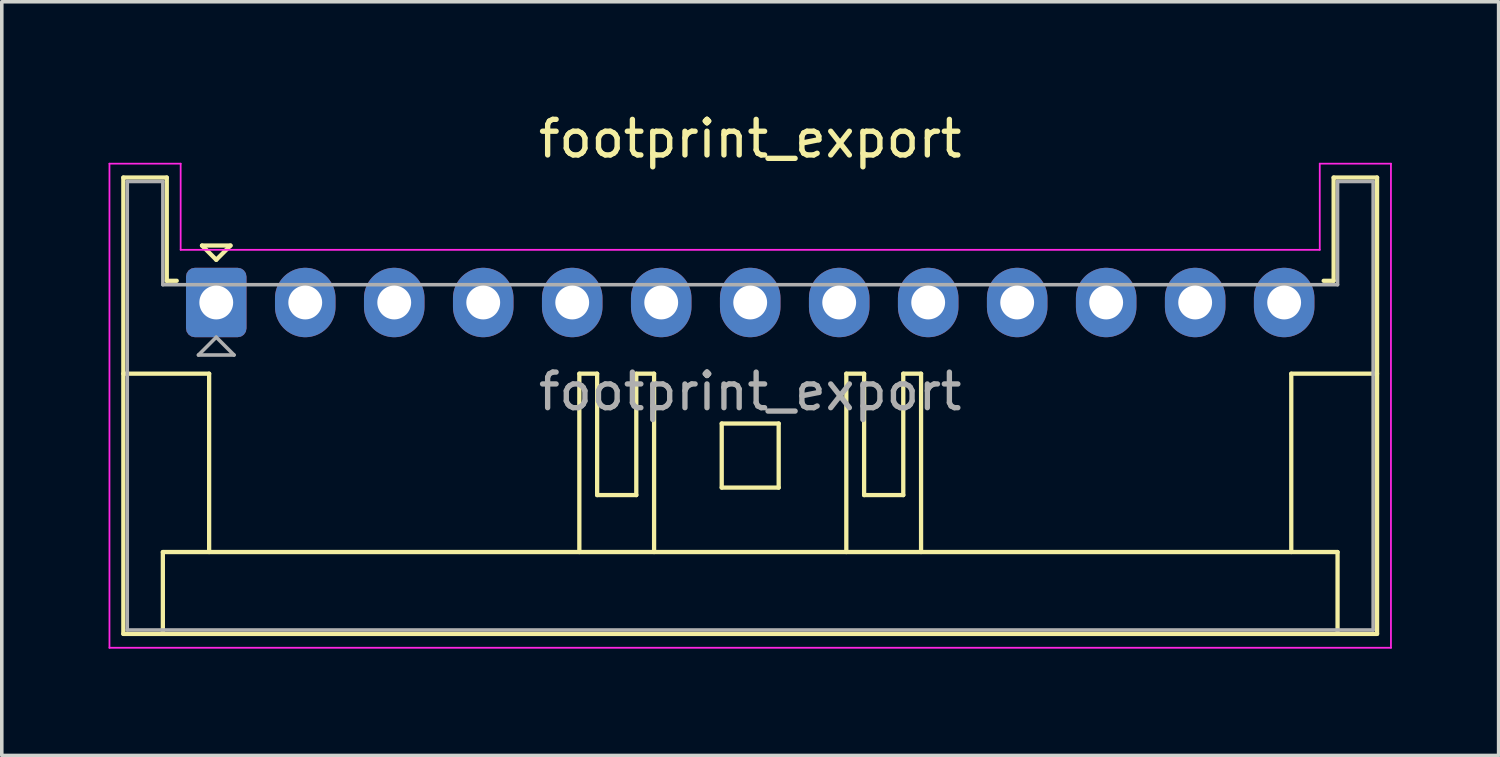
<source format=kicad_pcb>
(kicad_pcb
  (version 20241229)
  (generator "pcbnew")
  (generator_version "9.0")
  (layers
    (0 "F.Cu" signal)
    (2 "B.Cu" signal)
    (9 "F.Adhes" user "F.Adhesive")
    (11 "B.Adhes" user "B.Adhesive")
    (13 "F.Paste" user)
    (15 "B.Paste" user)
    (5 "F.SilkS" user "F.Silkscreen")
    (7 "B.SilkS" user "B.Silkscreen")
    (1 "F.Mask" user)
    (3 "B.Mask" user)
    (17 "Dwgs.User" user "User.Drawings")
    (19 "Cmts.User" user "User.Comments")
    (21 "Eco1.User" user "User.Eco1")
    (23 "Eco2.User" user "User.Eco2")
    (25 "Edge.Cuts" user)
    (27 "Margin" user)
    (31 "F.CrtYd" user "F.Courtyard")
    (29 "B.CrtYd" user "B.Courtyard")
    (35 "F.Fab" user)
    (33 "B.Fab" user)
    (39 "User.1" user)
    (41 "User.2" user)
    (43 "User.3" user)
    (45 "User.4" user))
  (footprint "footprint_export"
    (layer "F.Cu")
    (at 3.025 5.448)
    (property "Reference" "footprint_export" (at 15 -4.6 0) (layer "F.SilkS") (effects (font (size 1 1) (thickness 0.15))))
    (attr through_hole)
    (fp_line (start -2.61 -3.51) (end -2.61 9.31) (stroke (width 0.12) (type solid)) (layer "F.SilkS"))
    (fp_line (start -2.61 9.31) (end 32.61 9.31) (stroke (width 0.12) (type solid)) (layer "F.SilkS"))
    (fp_line (start -1.5 7.01) (end 31.5 7.01) (stroke (width 0.12) (type solid)) (layer "F.SilkS"))
    (fp_line (start -1.5 9.31) (end -1.5 7.01) (stroke (width 0.12) (type solid)) (layer "F.SilkS"))
    (fp_line (start -1.39 -3.51) (end -2.61 -3.51) (stroke (width 0.12) (type solid)) (layer "F.SilkS"))
    (fp_line (start -1.39 -0.61) (end -1.39 -3.51) (stroke (width 0.12) (type solid)) (layer "F.SilkS"))
    (fp_line (start -1.11 -0.61) (end -1.39 -0.61) (stroke (width 0.12) (type solid)) (layer "F.SilkS"))
    (fp_line (start -0.4 -1.6) (end 0.4 -1.6) (stroke (width 0.12) (type solid)) (layer "F.SilkS"))
    (fp_line (start -0.2 2) (end -2.61 2) (stroke (width 0.12) (type solid)) (layer "F.SilkS"))
    (fp_line (start -0.2 7.01) (end -0.2 2) (stroke (width 0.12) (type solid)) (layer "F.SilkS"))
    (fp_line (start 0 -1.2) (end -0.4 -1.6) (stroke (width 0.12) (type solid)) (layer "F.SilkS"))
    (fp_line (start 0.4 -1.6) (end 0 -1.2) (stroke (width 0.12) (type solid)) (layer "F.SilkS"))
    (fp_line (start 10.2 2) (end 10.2 7.01) (stroke (width 0.12) (type solid)) (layer "F.SilkS"))
    (fp_line (start 10.7 2) (end 10.2 2) (stroke (width 0.12) (type solid)) (layer "F.SilkS"))
    (fp_line (start 10.7 5.41) (end 10.7 2) (stroke (width 0.12) (type solid)) (layer "F.SilkS"))
    (fp_line (start 11.8 2) (end 11.8 5.41) (stroke (width 0.12) (type solid)) (layer "F.SilkS"))
    (fp_line (start 11.8 5.41) (end 10.7 5.41) (stroke (width 0.12) (type solid)) (layer "F.SilkS"))
    (fp_line (start 12.3 2) (end 11.8 2) (stroke (width 0.12) (type solid)) (layer "F.SilkS"))
    (fp_line (start 12.3 7.01) (end 12.3 2) (stroke (width 0.12) (type solid)) (layer "F.SilkS"))
    (fp_line (start 14.2 3.4) (end 15.8 3.4) (stroke (width 0.12) (type solid)) (layer "F.SilkS"))
    (fp_line (start 14.2 5.2) (end 14.2 3.4) (stroke (width 0.12) (type solid)) (layer "F.SilkS"))
    (fp_line (start 15.8 3.4) (end 15.8 5.2) (stroke (width 0.12) (type solid)) (layer "F.SilkS"))
    (fp_line (start 15.8 5.2) (end 14.2 5.2) (stroke (width 0.12) (type solid)) (layer "F.SilkS"))
    (fp_line (start 17.7 2) (end 18.2 2) (stroke (width 0.12) (type solid)) (layer "F.SilkS"))
    (fp_line (start 17.7 7.01) (end 17.7 2) (stroke (width 0.12) (type solid)) (layer "F.SilkS"))
    (fp_line (start 18.2 2) (end 18.2 5.41) (stroke (width 0.12) (type solid)) (layer "F.SilkS"))
    (fp_line (start 18.2 5.41) (end 19.3 5.41) (stroke (width 0.12) (type solid)) (layer "F.SilkS"))
    (fp_line (start 19.3 2) (end 19.8 2) (stroke (width 0.12) (type solid)) (layer "F.SilkS"))
    (fp_line (start 19.3 5.41) (end 19.3 2) (stroke (width 0.12) (type solid)) (layer "F.SilkS"))
    (fp_line (start 19.8 2) (end 19.8 7.01) (stroke (width 0.12) (type solid)) (layer "F.SilkS"))
    (fp_line (start 30.2 2) (end 32.61 2) (stroke (width 0.12) (type solid)) (layer "F.SilkS"))
    (fp_line (start 30.2 7.01) (end 30.2 2) (stroke (width 0.12) (type solid)) (layer "F.SilkS"))
    (fp_line (start 31.39 -3.51) (end 31.39 -0.61) (stroke (width 0.12) (type solid)) (layer "F.SilkS"))
    (fp_line (start 31.39 -0.61) (end 31.11 -0.61) (stroke (width 0.12) (type solid)) (layer "F.SilkS"))
    (fp_line (start 31.5 7.01) (end 31.5 9.31) (stroke (width 0.12) (type solid)) (layer "F.SilkS"))
    (fp_line (start 32.61 -3.51) (end 31.39 -3.51) (stroke (width 0.12) (type solid)) (layer "F.SilkS"))
    (fp_line (start 32.61 9.31) (end 32.61 -3.51) (stroke (width 0.12) (type solid)) (layer "F.SilkS"))
    (fp_line (start -3 -3.9) (end -3 9.7) (stroke (width 0.05) (type solid)) (layer "F.CrtYd"))
    (fp_line (start -3 9.7) (end 33 9.7) (stroke (width 0.05) (type solid)) (layer "F.CrtYd"))
    (fp_line (start -1 -3.9) (end -3 -3.9) (stroke (width 0.05) (type solid)) (layer "F.CrtYd"))
    (fp_line (start -1 -1.48) (end -1 -3.9) (stroke (width 0.05) (type solid)) (layer "F.CrtYd"))
    (fp_line (start 31 -3.9) (end 31 -1.48) (stroke (width 0.05) (type solid)) (layer "F.CrtYd"))
    (fp_line (start 31 -1.48) (end -1 -1.48) (stroke (width 0.05) (type solid)) (layer "F.CrtYd"))
    (fp_line (start 33 -3.9) (end 31 -3.9) (stroke (width 0.05) (type solid)) (layer "F.CrtYd"))
    (fp_line (start 33 9.7) (end 33 -3.9) (stroke (width 0.05) (type solid)) (layer "F.CrtYd"))
    (fp_line (start -2.5 -3.4) (end -2.5 9.2) (stroke (width 0.1) (type solid)) (layer "F.Fab"))
    (fp_line (start -2.5 9.2) (end 32.5 9.2) (stroke (width 0.1) (type solid)) (layer "F.Fab"))
    (fp_line (start -1.5 -3.4) (end -2.5 -3.4) (stroke (width 0.1) (type solid)) (layer "F.Fab"))
    (fp_line (start -1.5 -0.5) (end -1.5 -3.4) (stroke (width 0.1) (type solid)) (layer "F.Fab"))
    (fp_line (start -0.5 1.475) (end 0.5 1.475) (stroke (width 0.1) (type solid)) (layer "F.Fab"))
    (fp_line (start 0 0.975) (end -0.5 1.475) (stroke (width 0.1) (type solid)) (layer "F.Fab"))
    (fp_line (start 0.5 1.475) (end 0 0.975) (stroke (width 0.1) (type solid)) (layer "F.Fab"))
    (fp_line (start 31.5 -3.4) (end 31.5 -0.5) (stroke (width 0.1) (type solid)) (layer "F.Fab"))
    (fp_line (start 31.5 -0.5) (end -1.5 -0.5) (stroke (width 0.1) (type solid)) (layer "F.Fab"))
    (fp_line (start 32.5 -3.4) (end 31.5 -3.4) (stroke (width 0.1) (type solid)) (layer "F.Fab"))
    (fp_line (start 32.5 9.2) (end 32.5 -3.4) (stroke (width 0.1) (type solid)) (layer "F.Fab"))
    (fp_text user "${REFERENCE}" (at 15 2.5 0) (layer "F.Fab") (effects (font (size 1 1) (thickness 0.15))))
    (pad "1" thru_hole roundrect (at 0 0) (size 1.7 1.95) (drill 0.95) (layers "*.Cu" "*.Mask") (roundrect_rratio 0.147))
    (pad "2" thru_hole oval (at 2.5 0) (size 1.7 1.95) (drill 0.95) (layers "*.Cu" "*.Mask"))
    (pad "3" thru_hole oval (at 5 0) (size 1.7 1.95) (drill 0.95) (layers "*.Cu" "*.Mask"))
    (pad "4" thru_hole oval (at 7.5 0) (size 1.7 1.95) (drill 0.95) (layers "*.Cu" "*.Mask"))
    (pad "5" thru_hole oval (at 10 0) (size 1.7 1.95) (drill 0.95) (layers "*.Cu" "*.Mask"))
    (pad "6" thru_hole oval (at 12.5 0) (size 1.7 1.95) (drill 0.95) (layers "*.Cu" "*.Mask"))
    (pad "7" thru_hole oval (at 15 0) (size 1.7 1.95) (drill 0.95) (layers "*.Cu" "*.Mask"))
    (pad "8" thru_hole oval (at 17.5 0) (size 1.7 1.95) (drill 0.95) (layers "*.Cu" "*.Mask"))
    (pad "9" thru_hole oval (at 20 0) (size 1.7 1.95) (drill 0.95) (layers "*.Cu" "*.Mask"))
    (pad "10" thru_hole oval (at 22.5 0) (size 1.7 1.95) (drill 0.95) (layers "*.Cu" "*.Mask"))
    (pad "11" thru_hole oval (at 25 0) (size 1.7 1.95) (drill 0.95) (layers "*.Cu" "*.Mask"))
    (pad "12" thru_hole oval (at 27.5 0) (size 1.7 1.95) (drill 0.95) (layers "*.Cu" "*.Mask"))
    (pad "13" thru_hole oval (at 30 0) (size 1.7 1.95) (drill 0.95) (layers "*.Cu" "*.Mask")))
  (gr_rect
    (start -3 -3)
    (end 39.05 18.173)
    (stroke (width 0.1) (type default))
    (fill no)
    (layer "Edge.Cuts")))
</source>
